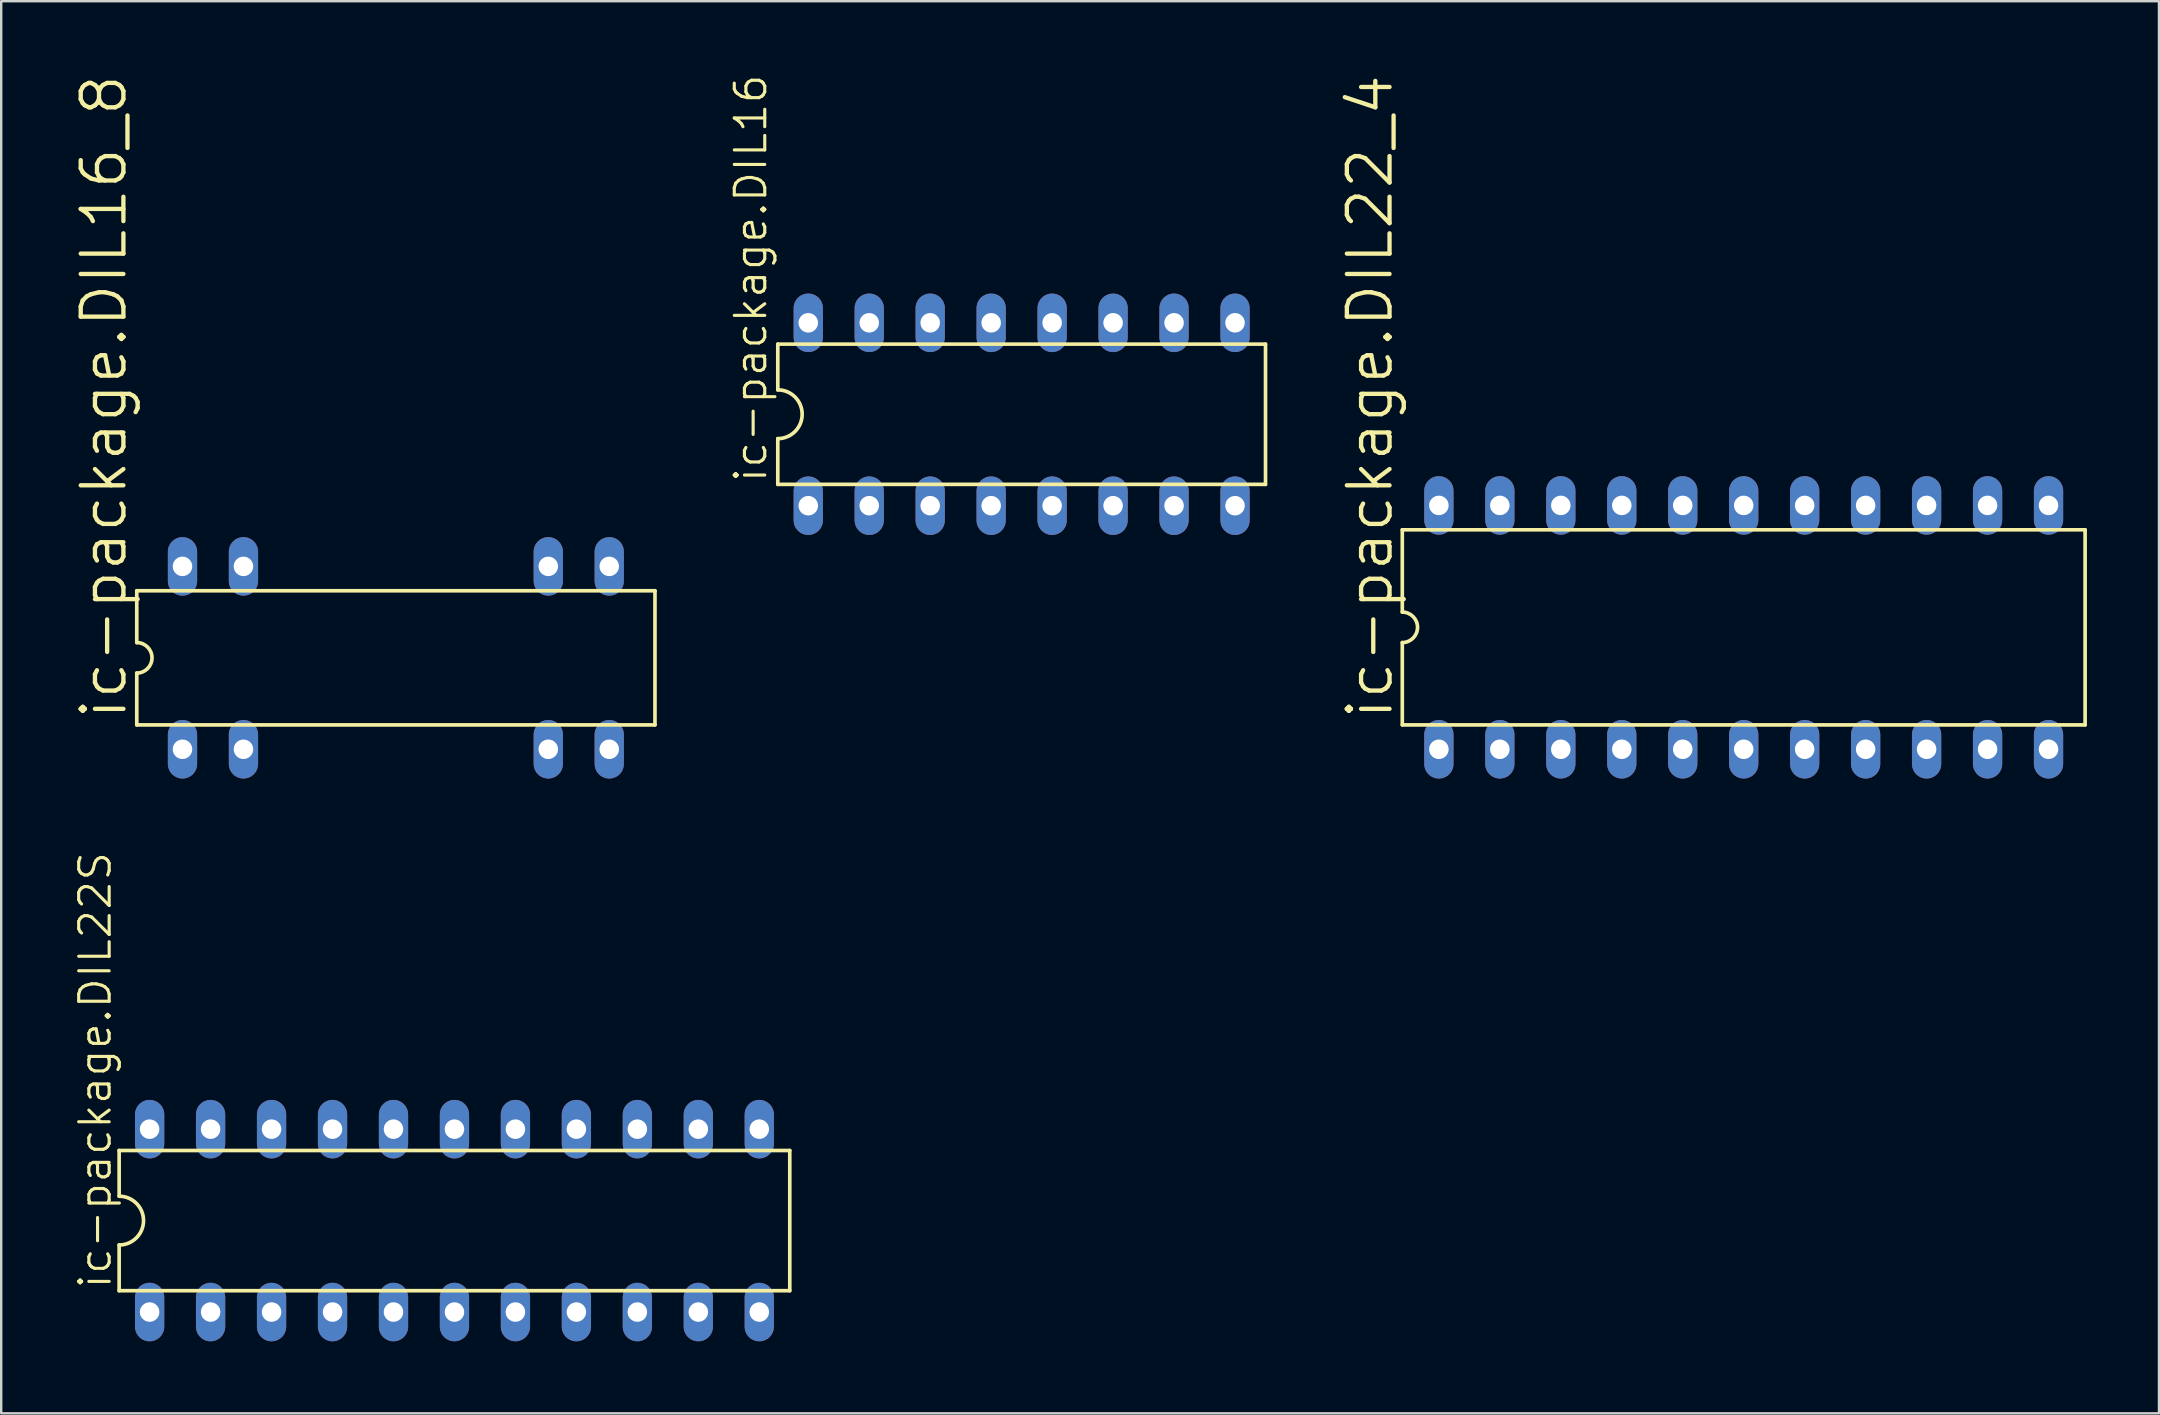
<source format=kicad_pcb>
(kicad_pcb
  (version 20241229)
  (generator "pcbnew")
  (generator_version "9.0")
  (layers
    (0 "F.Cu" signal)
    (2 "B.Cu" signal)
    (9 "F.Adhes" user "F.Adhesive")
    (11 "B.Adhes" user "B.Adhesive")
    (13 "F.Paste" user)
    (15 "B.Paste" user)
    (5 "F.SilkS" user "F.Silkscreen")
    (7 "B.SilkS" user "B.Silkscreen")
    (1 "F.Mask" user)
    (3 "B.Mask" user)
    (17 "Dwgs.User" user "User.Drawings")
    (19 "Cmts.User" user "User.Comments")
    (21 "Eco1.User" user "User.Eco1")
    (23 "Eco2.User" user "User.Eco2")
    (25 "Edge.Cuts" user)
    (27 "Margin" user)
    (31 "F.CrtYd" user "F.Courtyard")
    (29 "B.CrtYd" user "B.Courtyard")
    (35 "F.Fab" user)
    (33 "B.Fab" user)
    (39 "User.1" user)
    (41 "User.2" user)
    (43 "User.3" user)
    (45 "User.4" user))
  (footprint "ic-package.DIL22S"
    (layer "F.Cu")
    (at 15.884 47.804)
    (property "Reference" "ic-package.DIL22S" (at -14.224 2.921 90) (layer "F.SilkS") (effects (font (size 1.27 1.27) (thickness 0.13)) (justify left bottom)))
    (attr through_hole)
    (fp_line (start -13.97 -2.921) (end -13.97 -1.016) (stroke (width 0.152) (type default)) (layer "F.SilkS"))
    (fp_line (start -13.97 2.921) (end -13.97 1.016) (stroke (width 0.152) (type default)) (layer "F.SilkS"))
    (fp_line (start -13.97 2.921) (end 13.97 2.921) (stroke (width 0.152) (type default)) (layer "F.SilkS"))
    (fp_line (start 13.97 -2.921) (end -13.97 -2.921) (stroke (width 0.152) (type default)) (layer "F.SilkS"))
    (fp_line (start 13.97 -2.921) (end 13.97 2.921) (stroke (width 0.152) (type default)) (layer "F.SilkS"))
    (fp_arc (start -13.97 -1.016) (mid -12.954 0) (end -13.97 1.016) (stroke (width 0.1524) (type default)) (layer "F.SilkS"))
    (pad "1" thru_hole oval (at -12.7 3.81 90) (size 2.438 1.219) (drill 0.813) (layers "*.Cu" "*.Mask"))
    (pad "2" thru_hole oval (at -10.16 3.81 90) (size 2.438 1.219) (drill 0.813) (layers "*.Cu" "*.Mask"))
    (pad "3" thru_hole oval (at -7.62 3.81 90) (size 2.438 1.219) (drill 0.813) (layers "*.Cu" "*.Mask"))
    (pad "4" thru_hole oval (at -5.08 3.81 90) (size 2.438 1.219) (drill 0.813) (layers "*.Cu" "*.Mask"))
    (pad "5" thru_hole oval (at -2.54 3.81 90) (size 2.438 1.219) (drill 0.813) (layers "*.Cu" "*.Mask"))
    (pad "6" thru_hole oval (at 0 3.81 90) (size 2.438 1.219) (drill 0.813) (layers "*.Cu" "*.Mask"))
    (pad "7" thru_hole oval (at 2.54 3.81 90) (size 2.438 1.219) (drill 0.813) (layers "*.Cu" "*.Mask"))
    (pad "8" thru_hole oval (at 5.08 3.81 90) (size 2.438 1.219) (drill 0.813) (layers "*.Cu" "*.Mask"))
    (pad "9" thru_hole oval (at 7.62 3.81 90) (size 2.438 1.219) (drill 0.813) (layers "*.Cu" "*.Mask"))
    (pad "10" thru_hole oval (at 10.16 3.81 90) (size 2.438 1.219) (drill 0.813) (layers "*.Cu" "*.Mask"))
    (pad "11" thru_hole oval (at 12.7 3.81 90) (size 2.438 1.219) (drill 0.813) (layers "*.Cu" "*.Mask"))
    (pad "12" thru_hole oval (at 12.7 -3.81 90) (size 2.438 1.219) (drill 0.813) (layers "*.Cu" "*.Mask"))
    (pad "13" thru_hole oval (at 10.16 -3.81 90) (size 2.438 1.219) (drill 0.813) (layers "*.Cu" "*.Mask"))
    (pad "14" thru_hole oval (at 7.62 -3.81 90) (size 2.438 1.219) (drill 0.813) (layers "*.Cu" "*.Mask"))
    (pad "15" thru_hole oval (at 5.08 -3.81 90) (size 2.438 1.219) (drill 0.813) (layers "*.Cu" "*.Mask"))
    (pad "16" thru_hole oval (at 2.54 -3.81 90) (size 2.438 1.219) (drill 0.813) (layers "*.Cu" "*.Mask"))
    (pad "17" thru_hole oval (at 0 -3.81 90) (size 2.438 1.219) (drill 0.813) (layers "*.Cu" "*.Mask"))
    (pad "18" thru_hole oval (at -2.54 -3.81 90) (size 2.438 1.219) (drill 0.813) (layers "*.Cu" "*.Mask"))
    (pad "19" thru_hole oval (at -5.08 -3.81 90) (size 2.438 1.219) (drill 0.813) (layers "*.Cu" "*.Mask"))
    (pad "20" thru_hole oval (at -7.62 -3.81 90) (size 2.438 1.219) (drill 0.813) (layers "*.Cu" "*.Mask"))
    (pad "21" thru_hole oval (at -10.16 -3.81 90) (size 2.438 1.219) (drill 0.813) (layers "*.Cu" "*.Mask"))
    (pad "22" thru_hole oval (at -12.7 -3.81 90) (size 2.438 1.219) (drill 0.813) (layers "*.Cu" "*.Mask")))
  (footprint "ic-package.DIL16"
    (layer "F.Cu")
    (at 39.515 14.209)
    (property "Reference" "ic-package.DIL16" (at -10.541 2.921 90) (layer "F.SilkS") (effects (font (size 1.27 1.27) (thickness 0.13)) (justify left bottom)))
    (attr through_hole)
    (fp_line (start -10.16 -2.921) (end -10.16 -1.016) (stroke (width 0.152) (type default)) (layer "F.SilkS"))
    (fp_line (start -10.16 2.921) (end -10.16 1.016) (stroke (width 0.152) (type default)) (layer "F.SilkS"))
    (fp_line (start -10.16 2.921) (end 10.16 2.921) (stroke (width 0.152) (type default)) (layer "F.SilkS"))
    (fp_line (start 10.16 -2.921) (end -10.16 -2.921) (stroke (width 0.152) (type default)) (layer "F.SilkS"))
    (fp_line (start 10.16 -2.921) (end 10.16 2.921) (stroke (width 0.152) (type default)) (layer "F.SilkS"))
    (fp_arc (start -10.16 -1.016) (mid -9.144 0) (end -10.16 1.016) (stroke (width 0.1524) (type default)) (layer "F.SilkS"))
    (pad "1" thru_hole oval (at -8.89 3.81 90) (size 2.438 1.219) (drill 0.813) (layers "*.Cu" "*.Mask"))
    (pad "2" thru_hole oval (at -6.35 3.81 90) (size 2.438 1.219) (drill 0.813) (layers "*.Cu" "*.Mask"))
    (pad "3" thru_hole oval (at -3.81 3.81 90) (size 2.438 1.219) (drill 0.813) (layers "*.Cu" "*.Mask"))
    (pad "4" thru_hole oval (at -1.27 3.81 90) (size 2.438 1.219) (drill 0.813) (layers "*.Cu" "*.Mask"))
    (pad "5" thru_hole oval (at 1.27 3.81 90) (size 2.438 1.219) (drill 0.813) (layers "*.Cu" "*.Mask"))
    (pad "6" thru_hole oval (at 3.81 3.81 90) (size 2.438 1.219) (drill 0.813) (layers "*.Cu" "*.Mask"))
    (pad "7" thru_hole oval (at 6.35 3.81 90) (size 2.438 1.219) (drill 0.813) (layers "*.Cu" "*.Mask"))
    (pad "8" thru_hole oval (at 8.89 3.81 90) (size 2.438 1.219) (drill 0.813) (layers "*.Cu" "*.Mask"))
    (pad "9" thru_hole oval (at 8.89 -3.81 90) (size 2.438 1.219) (drill 0.813) (layers "*.Cu" "*.Mask"))
    (pad "10" thru_hole oval (at 6.35 -3.81 90) (size 2.438 1.219) (drill 0.813) (layers "*.Cu" "*.Mask"))
    (pad "11" thru_hole oval (at 3.81 -3.81 90) (size 2.438 1.219) (drill 0.813) (layers "*.Cu" "*.Mask"))
    (pad "12" thru_hole oval (at 1.27 -3.81 90) (size 2.438 1.219) (drill 0.813) (layers "*.Cu" "*.Mask"))
    (pad "13" thru_hole oval (at -1.27 -3.81 90) (size 2.438 1.219) (drill 0.813) (layers "*.Cu" "*.Mask"))
    (pad "14" thru_hole oval (at -3.81 -3.81 90) (size 2.438 1.219) (drill 0.813) (layers "*.Cu" "*.Mask"))
    (pad "15" thru_hole oval (at -6.35 -3.81 90) (size 2.438 1.219) (drill 0.813) (layers "*.Cu" "*.Mask"))
    (pad "16" thru_hole oval (at -8.89 -3.81 90) (size 2.438 1.219) (drill 0.813) (layers "*.Cu" "*.Mask")))
  (footprint "ic-package.DIL22_4"
    (layer "F.Cu")
    (at 69.598 23.087)
    (property "Reference" "ic-package.DIL22_4" (at -14.529 3.937 90) (layer "F.SilkS") (effects (font (size 1.778 1.778) (thickness 0.18)) (justify left bottom)))
    (attr through_hole)
    (fp_line (start -14.224 -4.064) (end -14.224 -0.635) (stroke (width 0.152) (type default)) (layer "F.SilkS"))
    (fp_line (start -14.224 -4.064) (end 14.224 -4.064) (stroke (width 0.152) (type default)) (layer "F.SilkS"))
    (fp_line (start -14.224 0.635) (end -14.224 4.064) (stroke (width 0.152) (type default)) (layer "F.SilkS"))
    (fp_line (start -14.224 4.064) (end 14.224 4.064) (stroke (width 0.152) (type default)) (layer "F.SilkS"))
    (fp_line (start 14.224 4.064) (end 14.224 -4.064) (stroke (width 0.152) (type default)) (layer "F.SilkS"))
    (fp_arc (start -14.224 -0.635) (mid -13.589 0) (end -14.224 0.635) (stroke (width 0.1524) (type default)) (layer "F.SilkS"))
    (pad "1" thru_hole oval (at -12.7 5.08 90) (size 2.438 1.219) (drill 0.813) (layers "*.Cu" "*.Mask"))
    (pad "2" thru_hole oval (at -10.16 5.08 90) (size 2.438 1.219) (drill 0.813) (layers "*.Cu" "*.Mask"))
    (pad "3" thru_hole oval (at -7.62 5.08 90) (size 2.438 1.219) (drill 0.813) (layers "*.Cu" "*.Mask"))
    (pad "4" thru_hole oval (at -5.08 5.08 90) (size 2.438 1.219) (drill 0.813) (layers "*.Cu" "*.Mask"))
    (pad "5" thru_hole oval (at -2.54 5.08 90) (size 2.438 1.219) (drill 0.813) (layers "*.Cu" "*.Mask"))
    (pad "6" thru_hole oval (at 0 5.08 90) (size 2.438 1.219) (drill 0.813) (layers "*.Cu" "*.Mask"))
    (pad "7" thru_hole oval (at 2.54 5.08 90) (size 2.438 1.219) (drill 0.813) (layers "*.Cu" "*.Mask"))
    (pad "8" thru_hole oval (at 5.08 5.08 90) (size 2.438 1.219) (drill 0.813) (layers "*.Cu" "*.Mask"))
    (pad "9" thru_hole oval (at 7.62 5.08 90) (size 2.438 1.219) (drill 0.813) (layers "*.Cu" "*.Mask"))
    (pad "10" thru_hole oval (at 10.16 5.08 90) (size 2.438 1.219) (drill 0.813) (layers "*.Cu" "*.Mask"))
    (pad "11" thru_hole oval (at 12.7 5.08 90) (size 2.438 1.219) (drill 0.813) (layers "*.Cu" "*.Mask"))
    (pad "12" thru_hole oval (at 12.7 -5.08 90) (size 2.438 1.219) (drill 0.813) (layers "*.Cu" "*.Mask"))
    (pad "13" thru_hole oval (at 10.16 -5.08 90) (size 2.438 1.219) (drill 0.813) (layers "*.Cu" "*.Mask"))
    (pad "14" thru_hole oval (at 7.62 -5.08 90) (size 2.438 1.219) (drill 0.813) (layers "*.Cu" "*.Mask"))
    (pad "15" thru_hole oval (at 5.08 -5.08 90) (size 2.438 1.219) (drill 0.813) (layers "*.Cu" "*.Mask"))
    (pad "16" thru_hole oval (at 2.54 -5.08 90) (size 2.438 1.219) (drill 0.813) (layers "*.Cu" "*.Mask"))
    (pad "17" thru_hole oval (at 0 -5.08 90) (size 2.438 1.219) (drill 0.813) (layers "*.Cu" "*.Mask"))
    (pad "18" thru_hole oval (at -2.54 -5.08 90) (size 2.438 1.219) (drill 0.813) (layers "*.Cu" "*.Mask"))
    (pad "19" thru_hole oval (at -5.08 -5.08 90) (size 2.438 1.219) (drill 0.813) (layers "*.Cu" "*.Mask"))
    (pad "20" thru_hole oval (at -7.62 -5.08 90) (size 2.438 1.219) (drill 0.813) (layers "*.Cu" "*.Mask"))
    (pad "21" thru_hole oval (at -10.16 -5.08 90) (size 2.438 1.219) (drill 0.813) (layers "*.Cu" "*.Mask"))
    (pad "22" thru_hole oval (at -12.7 -5.08 90) (size 2.438 1.219) (drill 0.813) (layers "*.Cu" "*.Mask")))
  (footprint "ic-package.DIL16_8"
    (layer "F.Cu")
    (at 13.443 24.357)
    (property "Reference" "ic-package.DIL16_8" (at -11.125 2.667 90) (layer "F.SilkS") (effects (font (size 1.778 1.778) (thickness 0.18)) (justify left bottom)))
    (attr through_hole)
    (fp_line (start -10.795 -2.794) (end -10.795 -0.635) (stroke (width 0.152) (type default)) (layer "F.SilkS"))
    (fp_line (start -10.795 -2.794) (end 10.795 -2.794) (stroke (width 0.152) (type default)) (layer "F.SilkS"))
    (fp_line (start -10.795 0.635) (end -10.795 2.794) (stroke (width 0.152) (type default)) (layer "F.SilkS"))
    (fp_line (start -10.795 2.794) (end 10.795 2.794) (stroke (width 0.152) (type default)) (layer "F.SilkS"))
    (fp_line (start 10.795 2.794) (end 10.795 -2.794) (stroke (width 0.152) (type default)) (layer "F.SilkS"))
    (fp_arc (start -10.795 -0.635) (mid -10.16 0) (end -10.795 0.635) (stroke (width 0.1524) (type default)) (layer "F.SilkS"))
    (pad "1" thru_hole oval (at -8.89 3.81 90) (size 2.438 1.219) (drill 0.813) (layers "*.Cu" "*.Mask"))
    (pad "2" thru_hole oval (at -6.35 3.81 90) (size 2.438 1.219) (drill 0.813) (layers "*.Cu" "*.Mask"))
    (pad "7" thru_hole oval (at 6.35 3.81 90) (size 2.438 1.219) (drill 0.813) (layers "*.Cu" "*.Mask"))
    (pad "8" thru_hole oval (at 8.89 3.81 90) (size 2.438 1.219) (drill 0.813) (layers "*.Cu" "*.Mask"))
    (pad "9" thru_hole oval (at 8.89 -3.81 90) (size 2.438 1.219) (drill 0.813) (layers "*.Cu" "*.Mask"))
    (pad "10" thru_hole oval (at 6.35 -3.81 90) (size 2.438 1.219) (drill 0.813) (layers "*.Cu" "*.Mask"))
    (pad "15" thru_hole oval (at -6.35 -3.81 90) (size 2.438 1.219) (drill 0.813) (layers "*.Cu" "*.Mask"))
    (pad "16" thru_hole oval (at -8.89 -3.81 90) (size 2.438 1.219) (drill 0.813) (layers "*.Cu" "*.Mask")))
  (gr_rect
    (start -3 -3)
    (end 86.899 55.833)
    (stroke (width 0.1) (type default))
    (fill no)
    (layer "Edge.Cuts")))
</source>
